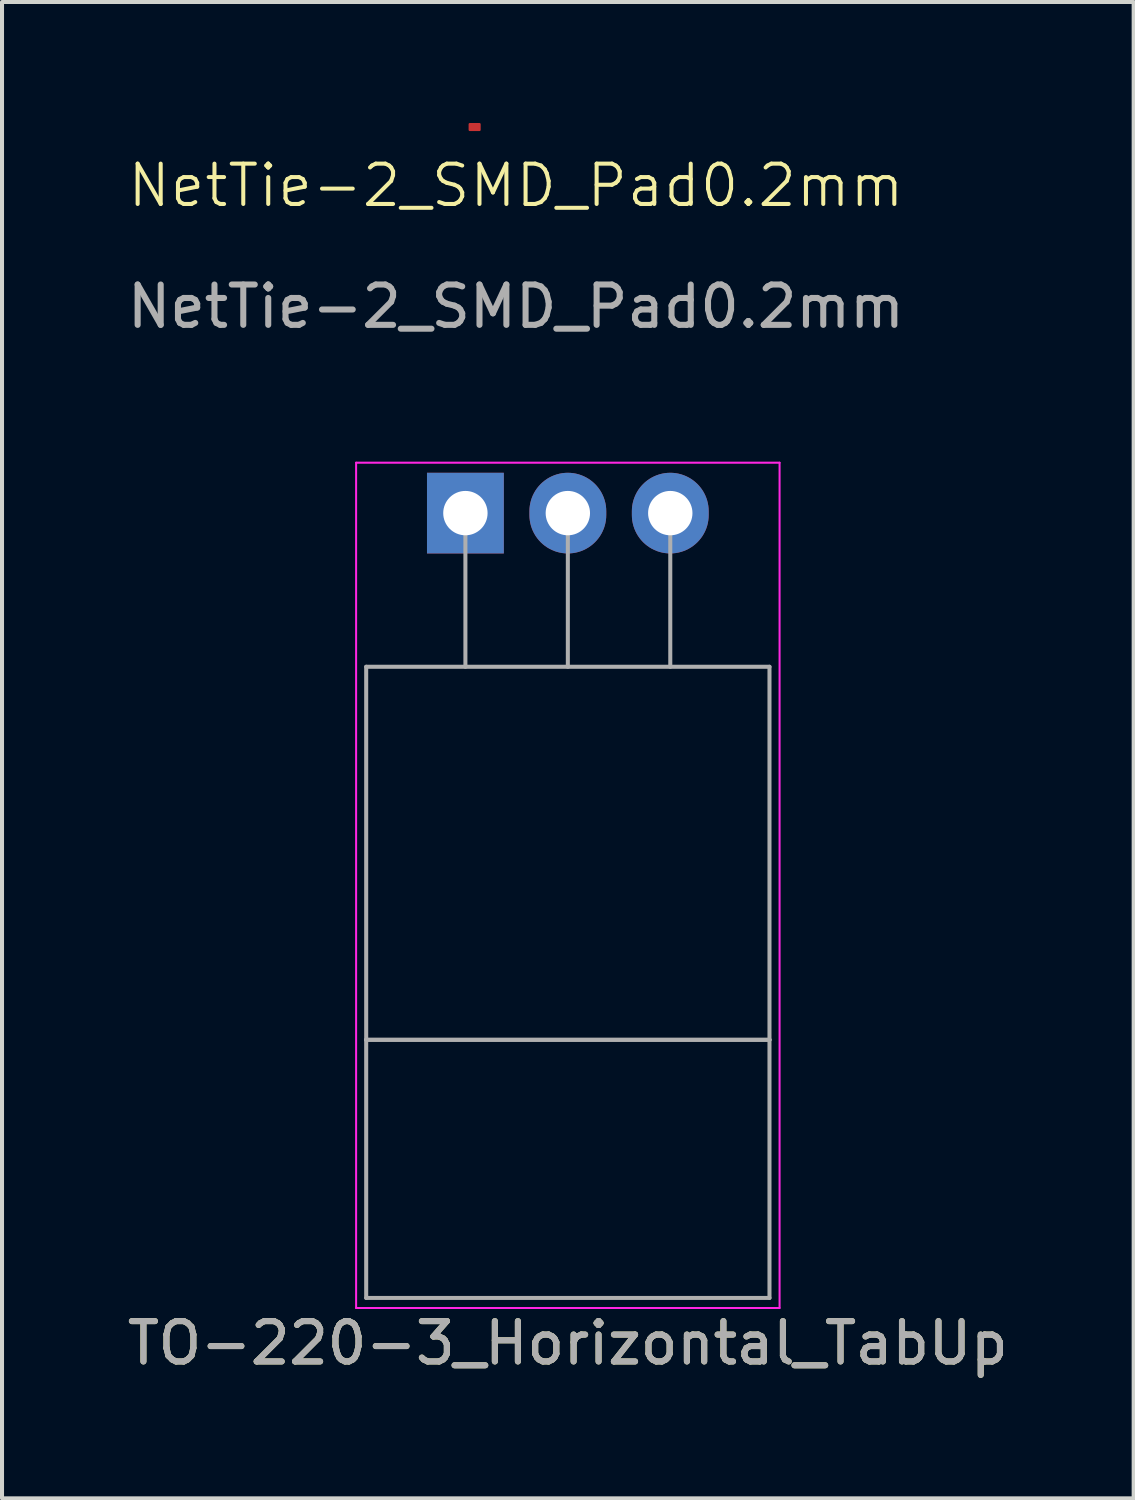
<source format=kicad_pcb>
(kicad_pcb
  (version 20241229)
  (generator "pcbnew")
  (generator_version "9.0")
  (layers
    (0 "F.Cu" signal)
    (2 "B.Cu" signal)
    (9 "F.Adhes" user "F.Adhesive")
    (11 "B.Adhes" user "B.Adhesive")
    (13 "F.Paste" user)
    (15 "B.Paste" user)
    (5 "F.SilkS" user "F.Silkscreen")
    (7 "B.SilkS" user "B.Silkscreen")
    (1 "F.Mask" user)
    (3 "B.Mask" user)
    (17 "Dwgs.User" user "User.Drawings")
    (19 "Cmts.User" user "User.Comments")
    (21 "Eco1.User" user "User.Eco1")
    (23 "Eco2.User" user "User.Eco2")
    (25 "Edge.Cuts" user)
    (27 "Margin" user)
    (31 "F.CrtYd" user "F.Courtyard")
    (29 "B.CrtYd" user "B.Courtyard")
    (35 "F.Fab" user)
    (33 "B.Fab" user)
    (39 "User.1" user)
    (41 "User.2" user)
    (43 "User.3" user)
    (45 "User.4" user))
  (footprint "NetTie-2_SMD_Pad0.2mm"
    (layer "F.Cu")
    (at 9.744 2.05)
    (property "Reference" "NetTie-2_SMD_Pad0.2mm" (at 0 -0.5 0) (unlocked yes) (layer "F.SilkS") (effects (font (size 1 1) (thickness 0.1))))
    (attr smd)
    (fp_text user "${REFERENCE}" (at 0 2.5 0) (unlocked yes) (layer "F.Fab") (effects (font (size 1 1) (thickness 0.15))))
    (pad "1" smd roundrect (at -1.025 -1.95) (size 0.3 0.2) (layers "F.Cu" "F.Mask" "F.Paste") (roundrect_rratio 0.15)))
  (footprint "TO-220-3_Horizontal_TabUp"
    (layer "F.Cu")
    (at 8.49 9.673)
    (property "Reference" "TO-220-3_Horizontal_TabUp" (at 2.54 20.58 180) (layer "F.SilkS") (effects (font (size 1 1) (thickness 0.15))))
    (attr through_hole)
    (fp_line (start -2.71 -1.25) (end -2.71 19.71) (stroke (width 0.05) (type solid)) (layer "F.CrtYd"))
    (fp_line (start -2.71 19.71) (end 7.79 19.71) (stroke (width 0.05) (type solid)) (layer "F.CrtYd"))
    (fp_line (start 7.79 -1.25) (end -2.71 -1.25) (stroke (width 0.05) (type solid)) (layer "F.CrtYd"))
    (fp_line (start 7.79 19.71) (end 7.79 -1.25) (stroke (width 0.05) (type solid)) (layer "F.CrtYd"))
    (fp_line (start -2.46 3.81) (end -2.46 13.06) (stroke (width 0.1) (type solid)) (layer "F.Fab"))
    (fp_line (start -2.46 13.06) (end -2.46 19.46) (stroke (width 0.1) (type solid)) (layer "F.Fab"))
    (fp_line (start -2.46 13.06) (end 7.54 13.06) (stroke (width 0.1) (type solid)) (layer "F.Fab"))
    (fp_line (start -2.46 19.46) (end 7.54 19.46) (stroke (width 0.1) (type solid)) (layer "F.Fab"))
    (fp_line (start 0 3.81) (end 0 0) (stroke (width 0.1) (type solid)) (layer "F.Fab"))
    (fp_line (start 2.54 3.81) (end 2.54 0) (stroke (width 0.1) (type solid)) (layer "F.Fab"))
    (fp_line (start 5.08 3.81) (end 5.08 0) (stroke (width 0.1) (type solid)) (layer "F.Fab"))
    (fp_line (start 7.54 3.81) (end -2.46 3.81) (stroke (width 0.1) (type solid)) (layer "F.Fab"))
    (fp_line (start 7.54 13.06) (end -2.46 13.06) (stroke (width 0.1) (type solid)) (layer "F.Fab"))
    (fp_line (start 7.54 13.06) (end 7.54 3.81) (stroke (width 0.1) (type solid)) (layer "F.Fab"))
    (fp_line (start 7.54 19.46) (end 7.54 13.06) (stroke (width 0.1) (type solid)) (layer "F.Fab"))
    (fp_text user "${REFERENCE}" (at 2.54 20.58 180) (layer "F.Fab") (effects (font (size 1 1) (thickness 0.15))))
    (pad "1" thru_hole rect (at 0 0) (size 1.905 2) (drill 1.1) (layers "*.Cu" "*.Mask"))
    (pad "2" thru_hole oval (at 2.54 0) (size 1.905 2) (drill 1.1) (layers "*.Cu" "*.Mask"))
    (pad "3" thru_hole oval (at 5.08 0) (size 1.905 2) (drill 1.1) (layers "*.Cu" "*.Mask")))
  (gr_rect
    (start -3 -3)
    (end 25.06 34.102)
    (stroke (width 0.1) (type default))
    (fill no)
    (layer "Edge.Cuts")))
</source>
